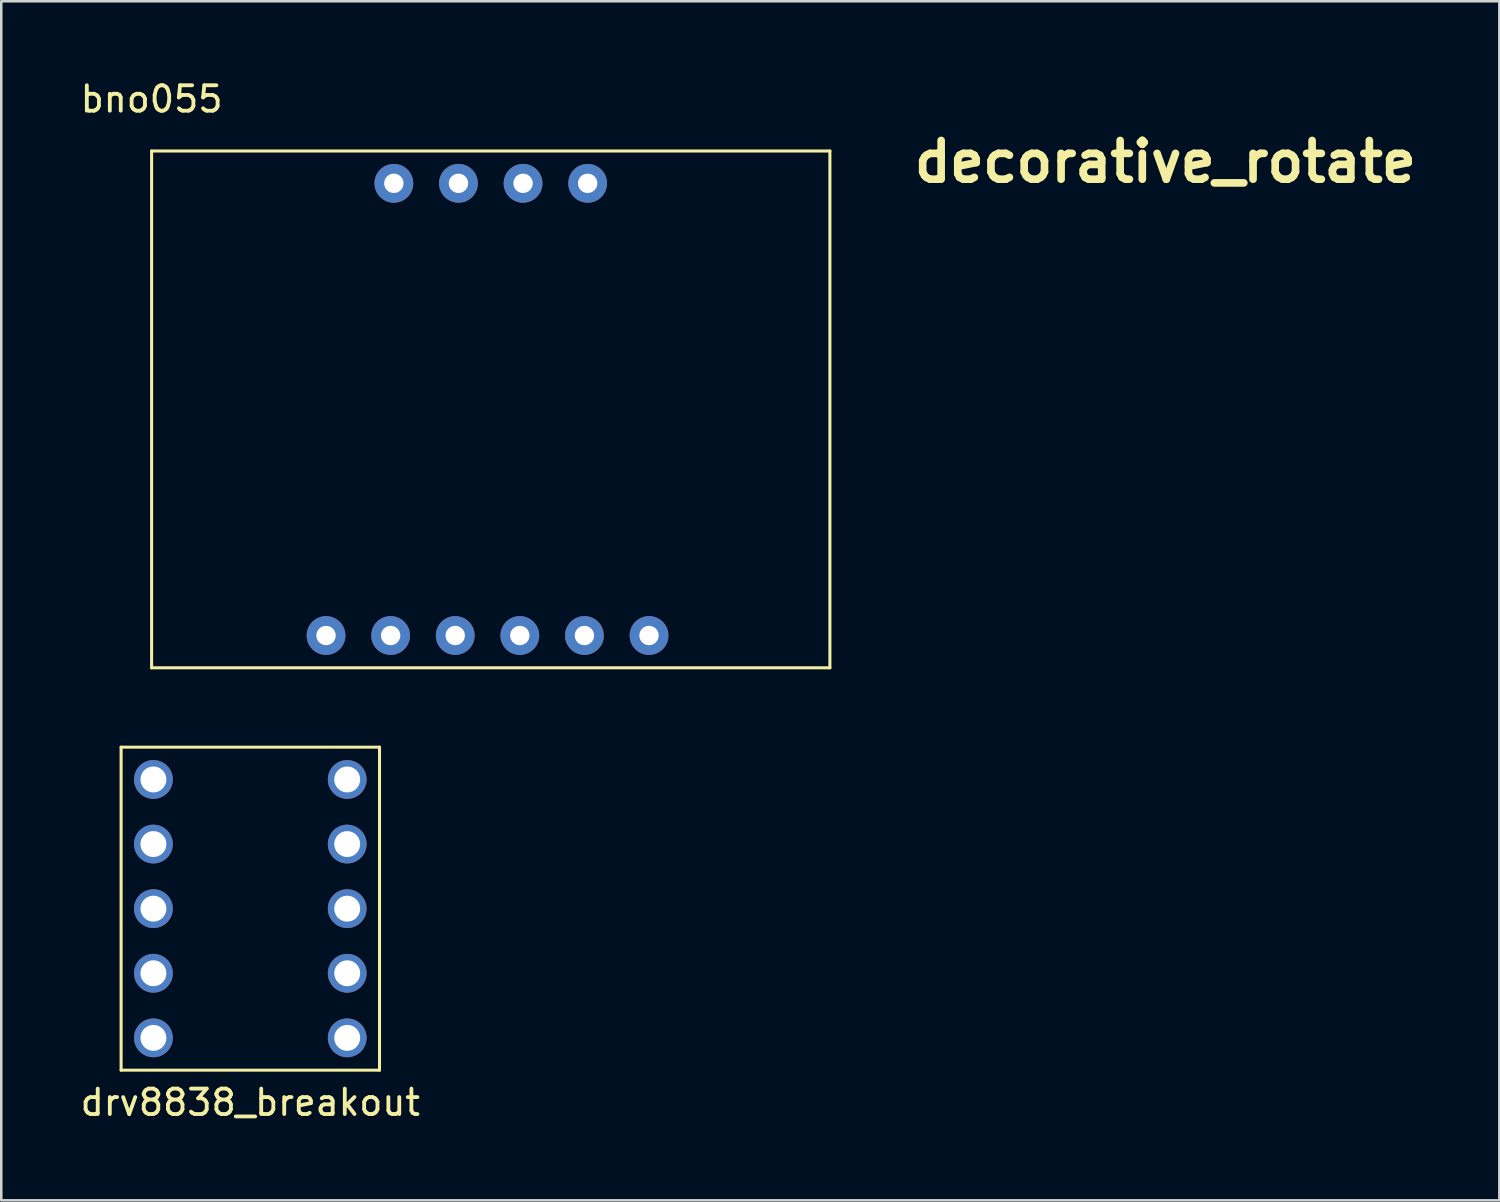
<source format=kicad_pcb>
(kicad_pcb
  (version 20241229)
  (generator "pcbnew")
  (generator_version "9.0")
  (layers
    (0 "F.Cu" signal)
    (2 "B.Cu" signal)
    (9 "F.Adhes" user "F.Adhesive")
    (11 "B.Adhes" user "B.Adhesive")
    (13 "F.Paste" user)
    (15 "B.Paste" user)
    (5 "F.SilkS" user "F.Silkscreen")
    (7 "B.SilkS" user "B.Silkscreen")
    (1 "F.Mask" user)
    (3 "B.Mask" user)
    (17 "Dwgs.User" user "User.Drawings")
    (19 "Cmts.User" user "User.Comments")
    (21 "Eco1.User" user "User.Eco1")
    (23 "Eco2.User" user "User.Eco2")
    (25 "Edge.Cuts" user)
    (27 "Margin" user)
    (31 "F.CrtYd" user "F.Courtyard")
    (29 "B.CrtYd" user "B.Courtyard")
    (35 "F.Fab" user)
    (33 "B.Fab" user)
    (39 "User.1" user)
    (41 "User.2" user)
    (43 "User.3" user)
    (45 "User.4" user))
  (footprint "drv8838_breakout"
    (layer "F.Cu")
    (at 6.792 32.678)
    (property "Reference" "drv8838_breakout" (at 0 7.62 0) (layer "F.SilkS") (effects (font (size 1 1) (thickness 0.15))))
    (attr through_hole)
    (fp_line (start -5.08 -6.35) (end -5.08 6.35) (stroke (width 0.12) (type solid)) (layer "F.SilkS"))
    (fp_line (start -5.08 6.35) (end 5.08 6.35) (stroke (width 0.12) (type solid)) (layer "F.SilkS"))
    (fp_line (start 5.08 -6.35) (end -5.08 -6.35) (stroke (width 0.12) (type solid)) (layer "F.SilkS"))
    (fp_line (start 5.08 6.35) (end 5.08 -6.35) (stroke (width 0.12) (type solid)) (layer "F.SilkS"))
    (pad "1" thru_hole circle (at -3.81 -5.08) (size 1.524 1.524) (drill 1.02) (layers "*.Cu" "*.Mask"))
    (pad "2" thru_hole circle (at -3.81 -2.54) (size 1.524 1.524) (drill 1.02) (layers "*.Cu" "*.Mask"))
    (pad "3" thru_hole circle (at -3.81 0) (size 1.524 1.524) (drill 1.02) (layers "*.Cu" "*.Mask"))
    (pad "4" thru_hole circle (at -3.81 2.54) (size 1.524 1.524) (drill 1.02) (layers "*.Cu" "*.Mask"))
    (pad "5" thru_hole circle (at -3.81 5.08) (size 1.524 1.524) (drill 1.02) (layers "*.Cu" "*.Mask"))
    (pad "6" thru_hole circle (at 3.81 5.08) (size 1.524 1.524) (drill 1.02) (layers "*.Cu" "*.Mask"))
    (pad "7" thru_hole circle (at 3.81 2.54) (size 1.524 1.524) (drill 1.02) (layers "*.Cu" "*.Mask"))
    (pad "8" thru_hole circle (at 3.81 0) (size 1.524 1.524) (drill 1.02) (layers "*.Cu" "*.Mask"))
    (pad "9" thru_hole circle (at 3.81 -2.54) (size 1.524 1.524) (drill 1.02) (layers "*.Cu" "*.Mask"))
    (pad "10" thru_hole circle (at 3.81 -5.08) (size 1.524 1.524) (drill 1.02) (layers "*.Cu" "*.Mask")))
  (footprint "decorative_rotate"
    (layer "F.Cu")
    (at 42.772 3.307)
    (property "Reference" "decorative_rotate" (at 0 0 0) (layer "F.SilkS") (effects (font (size 1.524 1.524) (thickness 0.3))))
    (attr through_hole)
    (fp_poly (pts (xy 0.167 -3.301) (xy 0.233 -3.298) (xy 0.287 -3.294) (xy 0.295 -3.294) (xy 0.33 -3.29) (xy 0.376 -3.283) (xy 0.429 -3.275) (xy 0.485 -3.266) (xy 0.532 -3.258) (xy 0.628 -3.24) (xy 0.714 -3.223) (xy 0.792 -3.206) (xy 0.864 -3.187) (xy 0.933 -3.168) (xy 1.001 -3.145) (xy 1.07 -3.12) (xy 1.142 -3.09) (xy 1.221 -3.056) (xy 1.307 -3.016) (xy 1.404 -2.97) (xy 1.464 -2.941) (xy 1.608 -2.866) (xy 1.745 -2.783) (xy 1.877 -2.691) (xy 2.008 -2.588) (xy 2.139 -2.472) (xy 2.204 -2.411) (xy 2.235 -2.379) (xy 2.268 -2.344) (xy 2.303 -2.305) (xy 2.342 -2.259) (xy 2.386 -2.205) (xy 2.437 -2.142) (xy 2.493 -2.07) (xy 2.556 -1.989) (xy 2.61 -1.917) (xy 2.657 -1.853) (xy 2.698 -1.794) (xy 2.735 -1.738) (xy 2.77 -1.682) (xy 2.803 -1.623) (xy 2.837 -1.561) (xy 2.873 -1.491) (xy 2.894 -1.449) (xy 2.982 -1.261) (xy 3.059 -1.069) (xy 3.127 -0.875) (xy 3.185 -0.68) (xy 3.232 -0.487) (xy 3.266 -0.298) (xy 3.289 -0.114) (xy 3.299 0.04) (xy 3.301 0.084) (xy 3.302 0.123) (xy 3.304 0.155) (xy 3.306 0.175) (xy 3.307 0.181) (xy 3.31 0.198) (xy 3.596 0.198) (xy 3.661 0.199) (xy 3.722 0.199) (xy 3.775 0.2) (xy 3.819 0.2) (xy 3.853 0.201) (xy 3.874 0.202) (xy 3.881 0.203) (xy 3.877 0.21) (xy 3.865 0.23) (xy 3.846 0.261) (xy 3.821 0.302) (xy 3.79 0.353) (xy 3.753 0.412) (xy 3.712 0.478) (xy 3.667 0.551) (xy 3.618 0.628) (xy 3.567 0.71) (xy 3.514 0.795) (xy 3.46 0.882) (xy 3.405 0.97) (xy 3.35 1.058) (xy 3.295 1.145) (xy 3.242 1.231) (xy 3.191 1.313) (xy 3.142 1.391) (xy 3.096 1.464) (xy 3.054 1.531) (xy 3.016 1.591) (xy 2.984 1.642) (xy 2.957 1.684) (xy 2.936 1.717) (xy 2.923 1.737) (xy 2.917 1.746) (xy 2.917 1.746) (xy 2.913 1.74) (xy 2.9 1.72) (xy 2.88 1.689) (xy 2.854 1.648) (xy 2.821 1.595) (xy 2.782 1.534) (xy 2.739 1.465) (xy 2.69 1.387) (xy 2.638 1.303) (xy 2.581 1.213) (xy 2.522 1.119) (xy 2.46 1.02) (xy 2.433 0.977) (xy 2.37 0.877) (xy 2.31 0.78) (xy 2.252 0.687) (xy 2.198 0.601) (xy 2.148 0.52) (xy 2.103 0.447) (xy 2.062 0.381) (xy 2.027 0.325) (xy 1.998 0.278) (xy 1.976 0.242) (xy 1.961 0.217) (xy 1.953 0.205) (xy 1.953 0.203) (xy 1.96 0.202) (xy 1.982 0.201) (xy 2.016 0.2) (xy 2.061 0.199) (xy 2.114 0.199) (xy 2.175 0.199) (xy 2.238 0.198) (xy 2.524 0.198) (xy 2.524 0.124) (xy 2.518 -0.013) (xy 2.502 -0.158) (xy 2.475 -0.31) (xy 2.438 -0.467) (xy 2.392 -0.625) (xy 2.337 -0.782) (xy 2.274 -0.937) (xy 2.214 -1.068) (xy 2.116 -1.25) (xy 2.007 -1.422) (xy 1.887 -1.583) (xy 1.756 -1.733) (xy 1.616 -1.871) (xy 1.465 -1.997) (xy 1.321 -2.1) (xy 1.288 -2.121) (xy 1.253 -2.141) (xy 1.213 -2.163) (xy 1.167 -2.186) (xy 1.112 -2.212) (xy 1.046 -2.243) (xy 0.989 -2.269) (xy 0.932 -2.294) (xy 0.884 -2.315) (xy 0.842 -2.333) (xy 0.804 -2.349) (xy 0.769 -2.362) (xy 0.734 -2.373) (xy 0.698 -2.383) (xy 0.658 -2.392) (xy 0.613 -2.402) (xy 0.56 -2.411) (xy 0.498 -2.422) (xy 0.424 -2.434) (xy 0.337 -2.448) (xy 0.321 -2.45) (xy 0.258 -2.461) (xy 0.206 -2.468) (xy 0.163 -2.473) (xy 0.124 -2.477) (xy 0.086 -2.479) (xy 0.045 -2.479) (xy 0.012 -2.479) (xy -0.171 -2.471) (xy -0.353 -2.447) (xy -0.533 -2.407) (xy -0.711 -2.352) (xy -0.885 -2.283) (xy -1.006 -2.225) (xy -1.053 -2.2) (xy -1.096 -2.176) (xy -1.138 -2.151) (xy -1.183 -2.123) (xy -1.234 -2.09) (xy -1.294 -2.05) (xy -1.302 -2.045) (xy -1.355 -2.009) (xy -1.399 -1.983) (xy -1.438 -1.965) (xy -1.473 -1.953) (xy -1.509 -1.947) (xy -1.549 -1.945) (xy -1.581 -1.946) (xy -1.62 -1.949) (xy -1.651 -1.953) (xy -1.678 -1.961) (xy -1.708 -1.974) (xy -1.709 -1.975) (xy -1.779 -2.015) (xy -1.837 -2.067) (xy -1.883 -2.128) (xy -1.916 -2.199) (xy -1.937 -2.277) (xy -1.942 -2.326) (xy -1.94 -2.409) (xy -1.922 -2.487) (xy -1.891 -2.56) (xy -1.845 -2.625) (xy -1.786 -2.683) (xy -1.767 -2.698) (xy -1.584 -2.824) (xy -1.393 -2.935) (xy -1.197 -3.033) (xy -0.996 -3.116) (xy -0.79 -3.185) (xy -0.58 -3.238) (xy -0.367 -3.277) (xy -0.259 -3.29) (xy -0.203 -3.294) (xy -0.136 -3.298) (xy -0.062 -3.3) (xy 0.016 -3.302) (xy 0.094 -3.302) (xy 0.167 -3.301)) (stroke (width 0.01) (type solid)) (fill yes) (layer "F.Mask"))
    (fp_poly (pts (xy -2.913 -1.74) (xy -2.9 -1.721) (xy -2.881 -1.69) (xy -2.855 -1.649) (xy -2.823 -1.599) (xy -2.786 -1.541) (xy -2.745 -1.475) (xy -2.7 -1.403) (xy -2.651 -1.325) (xy -2.6 -1.244) (xy -2.547 -1.159) (xy -2.493 -1.072) (xy -2.438 -0.984) (xy -2.383 -0.896) (xy -2.328 -0.809) (xy -2.275 -0.723) (xy -2.224 -0.641) (xy -2.175 -0.563) (xy -2.129 -0.489) (xy -2.087 -0.422) (xy -2.05 -0.362) (xy -2.018 -0.31) (xy -1.991 -0.267) (xy -1.971 -0.234) (xy -1.958 -0.213) (xy -1.953 -0.204) (xy -1.953 -0.203) (xy -1.96 -0.202) (xy -1.982 -0.201) (xy -2.016 -0.2) (xy -2.061 -0.199) (xy -2.114 -0.199) (xy -2.175 -0.199) (xy -2.24 -0.198) (xy -2.527 -0.198) (xy -2.522 -0.077) (xy -2.507 0.099) (xy -2.479 0.28) (xy -2.439 0.463) (xy -2.386 0.646) (xy -2.321 0.827) (xy -2.246 1.004) (xy -2.16 1.173) (xy -2.139 1.21) (xy -2.053 1.352) (xy -1.957 1.49) (xy -1.852 1.622) (xy -1.742 1.746) (xy -1.629 1.859) (xy -1.56 1.92) (xy -1.497 1.973) (xy -1.439 2.018) (xy -1.383 2.059) (xy -1.327 2.096) (xy -1.268 2.131) (xy -1.203 2.166) (xy -1.131 2.202) (xy -1.048 2.241) (xy -0.985 2.269) (xy -0.918 2.299) (xy -0.863 2.323) (xy -0.817 2.343) (xy -0.776 2.358) (xy -0.739 2.371) (xy -0.701 2.382) (xy -0.661 2.391) (xy -0.616 2.4) (xy -0.562 2.41) (xy -0.5 2.421) (xy -0.405 2.437) (xy -0.323 2.45) (xy -0.254 2.461) (xy -0.194 2.469) (xy -0.143 2.475) (xy -0.098 2.479) (xy -0.057 2.481) (xy -0.019 2.482) (xy 0.018 2.481) (xy 0.036 2.481) (xy 0.222 2.465) (xy 0.4 2.438) (xy 0.57 2.398) (xy 0.736 2.344) (xy 0.773 2.33) (xy 0.862 2.294) (xy 0.945 2.256) (xy 1.025 2.216) (xy 1.106 2.17) (xy 1.191 2.118) (xy 1.284 2.057) (xy 1.29 2.052) (xy 1.344 2.016) (xy 1.389 1.989) (xy 1.427 1.969) (xy 1.462 1.956) (xy 1.496 1.949) (xy 1.531 1.945) (xy 1.572 1.946) (xy 1.582 1.946) (xy 1.62 1.948) (xy 1.648 1.952) (xy 1.673 1.959) (xy 1.701 1.971) (xy 1.718 1.979) (xy 1.784 2.02) (xy 1.839 2.071) (xy 1.882 2.13) (xy 1.915 2.195) (xy 1.935 2.265) (xy 1.944 2.338) (xy 1.94 2.411) (xy 1.924 2.484) (xy 1.894 2.553) (xy 1.851 2.618) (xy 1.835 2.637) (xy 1.802 2.668) (xy 1.757 2.704) (xy 1.702 2.745) (xy 1.639 2.788) (xy 1.569 2.833) (xy 1.494 2.879) (xy 1.417 2.923) (xy 1.345 2.961) (xy 1.147 3.056) (xy 0.944 3.136) (xy 0.736 3.201) (xy 0.523 3.251) (xy 0.333 3.282) (xy 0.294 3.287) (xy 0.246 3.291) (xy 0.191 3.296) (xy 0.135 3.3) (xy 0.079 3.304) (xy 0.027 3.306) (xy -0.017 3.308) (xy -0.05 3.308) (xy -0.06 3.308) (xy -0.084 3.307) (xy -0.117 3.306) (xy -0.151 3.304) (xy -0.246 3.298) (xy -0.351 3.287) (xy -0.461 3.271) (xy -0.575 3.251) (xy -0.689 3.228) (xy -0.799 3.203) (xy -0.904 3.175) (xy -1 3.147) (xy -1.084 3.117) (xy -1.108 3.107) (xy -1.157 3.086) (xy -1.214 3.061) (xy -1.277 3.032) (xy -1.343 3) (xy -1.41 2.968) (xy -1.476 2.935) (xy -1.537 2.904) (xy -1.592 2.876) (xy -1.637 2.851) (xy -1.671 2.831) (xy -1.675 2.829) (xy -1.849 2.711) (xy -2.013 2.583) (xy -2.171 2.442) (xy -2.191 2.423) (xy -2.224 2.391) (xy -2.254 2.359) (xy -2.285 2.325) (xy -2.318 2.288) (xy -2.354 2.245) (xy -2.395 2.194) (xy -2.443 2.135) (xy -2.493 2.07) (xy -2.558 1.986) (xy -2.614 1.912) (xy -2.662 1.845) (xy -2.705 1.784) (xy -2.744 1.724) (xy -2.78 1.666) (xy -2.814 1.605) (xy -2.849 1.541) (xy -2.885 1.469) (xy -2.885 1.469) (xy -2.984 1.258) (xy -3.07 1.044) (xy -3.143 0.829) (xy -3.203 0.614) (xy -3.249 0.4) (xy -3.281 0.19) (xy -3.299 -0.017) (xy -3.301 -0.052) (xy -3.306 -0.187) (xy -3.594 -0.189) (xy -3.677 -0.189) (xy -3.746 -0.19) (xy -3.8 -0.192) (xy -3.84 -0.193) (xy -3.866 -0.195) (xy -3.879 -0.198) (xy -3.881 -0.199) (xy -3.877 -0.207) (xy -3.865 -0.227) (xy -3.846 -0.258) (xy -3.821 -0.3) (xy -3.79 -0.351) (xy -3.753 -0.41) (xy -3.712 -0.476) (xy -3.667 -0.549) (xy -3.619 -0.627) (xy -3.568 -0.709) (xy -3.515 -0.794) (xy -3.461 -0.881) (xy -3.406 -0.969) (xy -3.35 -1.058) (xy -3.296 -1.145) (xy -3.243 -1.23) (xy -3.191 -1.313) (xy -3.142 -1.391) (xy -3.096 -1.464) (xy -3.054 -1.531) (xy -3.017 -1.591) (xy -2.984 -1.642) (xy -2.957 -1.685) (xy -2.937 -1.717) (xy -2.923 -1.738) (xy -2.917 -1.746) (xy -2.917 -1.746) (xy -2.913 -1.74)) (stroke (width 0.01) (type solid)) (fill yes) (layer "F.Mask")))
  (footprint "bno055"
    (layer "F.Cu")
    (at 2.911 0.348)
    (property "Reference" "bno055" (at 0 0.5 0) (layer "F.SilkS") (effects (font (size 1 1) (thickness 0.15))))
    (attr through_hole)
    (fp_line (start 0 2.54) (end 0 22.86) (stroke (width 0.12) (type solid)) (layer "F.SilkS"))
    (fp_line (start 0 22.86) (end 26.67 22.86) (stroke (width 0.12) (type solid)) (layer "F.SilkS"))
    (fp_line (start 26.67 2.54) (end 0 2.54) (stroke (width 0.12) (type solid)) (layer "F.SilkS"))
    (fp_line (start 26.67 22.86) (end 26.67 2.54) (stroke (width 0.12) (type solid)) (layer "F.SilkS"))
    (pad "1" thru_hole circle (at 9.525 3.81) (size 1.524 1.524) (drill 0.762) (layers "*.Cu" "*.Mask"))
    (pad "2" thru_hole circle (at 12.065 3.81) (size 1.524 1.524) (drill 0.762) (layers "*.Cu" "*.Mask"))
    (pad "3" thru_hole circle (at 14.605 3.81) (size 1.524 1.524) (drill 0.762) (layers "*.Cu" "*.Mask"))
    (pad "4" thru_hole circle (at 17.145 3.81) (size 1.524 1.524) (drill 0.762) (layers "*.Cu" "*.Mask"))
    (pad "5" thru_hole circle (at 6.858 21.59) (size 1.524 1.524) (drill 0.762) (layers "*.Cu" "*.Mask"))
    (pad "6" thru_hole circle (at 9.398 21.59) (size 1.524 1.524) (drill 0.762) (layers "*.Cu" "*.Mask"))
    (pad "7" thru_hole circle (at 11.938 21.59) (size 1.524 1.524) (drill 0.762) (layers "*.Cu" "*.Mask"))
    (pad "8" thru_hole circle (at 14.478 21.59) (size 1.524 1.524) (drill 0.762) (layers "*.Cu" "*.Mask"))
    (pad "9" thru_hole circle (at 17.018 21.59) (size 1.524 1.524) (drill 0.762) (layers "*.Cu" "*.Mask"))
    (pad "10" thru_hole circle (at 19.558 21.59) (size 1.524 1.524) (drill 0.762) (layers "*.Cu" "*.Mask")))
  (gr_rect
    (start -3 -3)
    (end 55.903 44.147)
    (stroke (width 0.1) (type default))
    (fill no)
    (layer "Edge.Cuts")))
</source>
